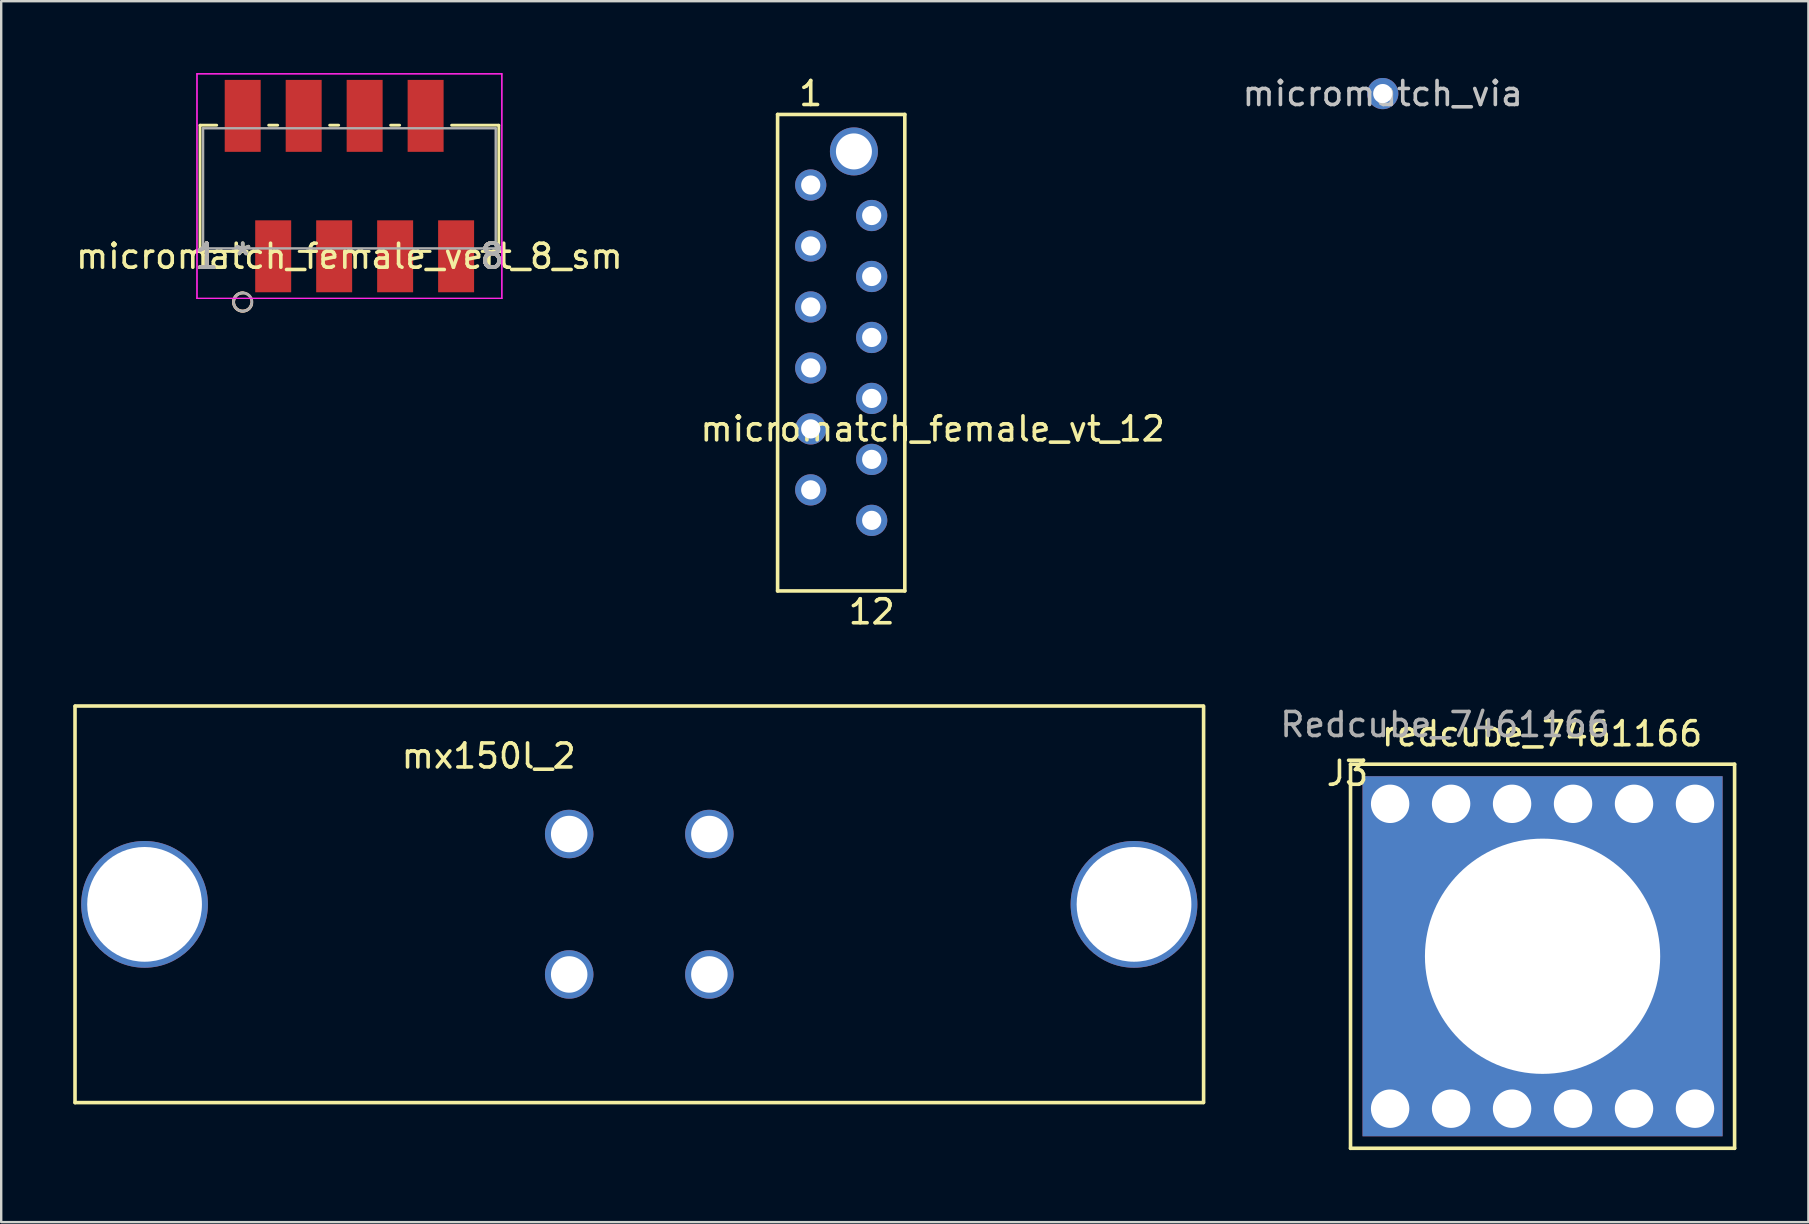
<source format=kicad_pcb>
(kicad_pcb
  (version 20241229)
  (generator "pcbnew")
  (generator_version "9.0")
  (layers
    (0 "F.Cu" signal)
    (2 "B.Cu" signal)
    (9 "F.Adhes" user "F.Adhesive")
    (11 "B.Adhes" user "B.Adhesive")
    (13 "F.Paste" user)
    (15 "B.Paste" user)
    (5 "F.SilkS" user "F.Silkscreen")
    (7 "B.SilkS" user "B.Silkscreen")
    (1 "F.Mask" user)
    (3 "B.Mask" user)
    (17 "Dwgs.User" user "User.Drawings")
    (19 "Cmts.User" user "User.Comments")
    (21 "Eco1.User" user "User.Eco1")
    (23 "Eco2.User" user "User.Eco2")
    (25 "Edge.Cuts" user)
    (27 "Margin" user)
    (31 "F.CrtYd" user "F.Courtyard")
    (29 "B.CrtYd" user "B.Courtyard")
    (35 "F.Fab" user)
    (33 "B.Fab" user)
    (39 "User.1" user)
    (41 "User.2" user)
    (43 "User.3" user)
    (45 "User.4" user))
  (footprint "micromatch_female_vert_8_sm"
    (layer "F.Cu")
    (at 7.061 7.627)
    (property "Reference" "micromatch_female_vert_8_sm" (at 4.445 0 0) (layer "F.SilkS") (effects (font (size 1 1) (thickness 0.15))))
    (attr through_hole)
    (fp_line (start -1.778 -5.461) (end -1.778 -0.203) (stroke (width 0.12) (type solid)) (layer "F.SilkS"))
    (fp_line (start -1.778 -0.203) (end 0.188 -0.203) (stroke (width 0.12) (type solid)) (layer "F.SilkS"))
    (fp_line (start -1.082 -5.461) (end -1.778 -5.461) (stroke (width 0.12) (type solid)) (layer "F.SilkS"))
    (fp_line (start 1.458 -5.461) (end 1.082 -5.461) (stroke (width 0.12) (type solid)) (layer "F.SilkS"))
    (fp_line (start 2.352 -0.203) (end 2.728 -0.203) (stroke (width 0.12) (type solid)) (layer "F.SilkS"))
    (fp_line (start 3.998 -5.461) (end 3.622 -5.461) (stroke (width 0.12) (type solid)) (layer "F.SilkS"))
    (fp_line (start 4.892 -0.203) (end 5.268 -0.203) (stroke (width 0.12) (type solid)) (layer "F.SilkS"))
    (fp_line (start 6.538 -5.461) (end 6.162 -5.461) (stroke (width 0.12) (type solid)) (layer "F.SilkS"))
    (fp_line (start 7.432 -0.203) (end 7.808 -0.203) (stroke (width 0.12) (type solid)) (layer "F.SilkS"))
    (fp_line (start 9.972 -0.203) (end 10.668 -0.203) (stroke (width 0.12) (type solid)) (layer "F.SilkS"))
    (fp_line (start 10.668 -5.461) (end 8.702 -5.461) (stroke (width 0.12) (type solid)) (layer "F.SilkS"))
    (fp_line (start 10.668 -0.203) (end 10.668 -5.461) (stroke (width 0.12) (type solid)) (layer "F.SilkS"))
    (fp_arc (start 0.372066 1.987025) (mid -0.300349 2.139418) (end 0.0108 1.524153) (stroke (width 0.12) (type solid)) (layer "F.SilkS"))
    (fp_circle (center 0 1.905) (end 0.381 1.905) (stroke (width 0.12) (type solid)) (fill no) (layer "B.SilkS"))
    (fp_line (start -1.905 -7.602) (end -1.905 1.753) (stroke (width 0.05) (type solid)) (layer "F.CrtYd"))
    (fp_line (start -1.905 -7.602) (end -1.905 1.753) (stroke (width 0.05) (type solid)) (layer "F.CrtYd"))
    (fp_line (start -1.905 1.753) (end 10.795 1.753) (stroke (width 0.05) (type solid)) (layer "F.CrtYd"))
    (fp_line (start -1.905 1.753) (end 10.795 1.753) (stroke (width 0.05) (type solid)) (layer "F.CrtYd"))
    (fp_line (start 10.795 -7.602) (end -1.905 -7.602) (stroke (width 0.05) (type solid)) (layer "F.CrtYd"))
    (fp_line (start 10.795 -7.602) (end -1.905 -7.602) (stroke (width 0.05) (type solid)) (layer "F.CrtYd"))
    (fp_line (start 10.795 1.753) (end 10.795 -7.602) (stroke (width 0.05) (type solid)) (layer "F.CrtYd"))
    (fp_line (start 10.795 1.753) (end 10.795 -7.602) (stroke (width 0.05) (type solid)) (layer "F.CrtYd"))
    (fp_line (start -1.651 -5.334) (end -1.651 -0.33) (stroke (width 0.1) (type solid)) (layer "F.Fab"))
    (fp_line (start -1.651 -0.33) (end 10.541 -0.33) (stroke (width 0.1) (type solid)) (layer "F.Fab"))
    (fp_line (start 10.541 -5.334) (end -1.651 -5.334) (stroke (width 0.1) (type solid)) (layer "F.Fab"))
    (fp_line (start 10.541 -0.33) (end 10.541 -5.334) (stroke (width 0.1) (type solid)) (layer "F.Fab"))
    (fp_circle (center 0 1.905) (end 0.381 1.905) (stroke (width 0.1) (type solid)) (fill no) (layer "F.Fab"))
    (fp_text user "1" (at -1.499 0 0) (layer "F.SilkS") (effects (font (size 1 1) (thickness 0.15))))
    (fp_text user "1" (at -1.499 0 0) (layer "F.SilkS") (effects (font (size 1 1) (thickness 0.15))))
    (fp_text user "8" (at 10.389 0 0) (layer "F.SilkS") (effects (font (size 1 1) (thickness 0.15))))
    (fp_text user "8" (at 10.389 0 0) (layer "F.SilkS") (effects (font (size 1 1) (thickness 0.15))))
    (fp_text user "*" (at 0 0 0) (layer "F.SilkS") (effects (font (size 1 1) (thickness 0.15))))
    (fp_text user "8" (at 10.389 0 0) (layer "B.SilkS") (effects (font (size 1 1) (thickness 0.15))))
    (fp_text user "1" (at -1.499 0 0) (layer "B.SilkS") (effects (font (size 1 1) (thickness 0.15))))
    (fp_text user "1" (at -1.499 0 0) (layer "B.SilkS") (effects (font (size 1 1) (thickness 0.15))))
    (fp_text user "8" (at 10.389 0 0) (layer "B.SilkS") (effects (font (size 1 1) (thickness 0.15))))
    (fp_text user "Copyright 2021 Accelerated Designs. All rights reserved." (at 0 0 0) (layer "Cmts.User") (effects (font (size 0.127 0.127) (thickness 0.002))))
    (fp_text user "8" (at 10.389 0 0) (layer "F.Fab") (effects (font (size 1 1) (thickness 0.15))))
    (fp_text user "8" (at 10.389 0 0) (layer "F.Fab") (effects (font (size 1 1) (thickness 0.15))))
    (fp_text user "1" (at -1.499 0 0) (layer "F.Fab") (effects (font (size 1 1) (thickness 0.15))))
    (fp_text user "1" (at -1.499 0 0) (layer "F.Fab") (effects (font (size 1 1) (thickness 0.15))))
    (fp_text user "*" (at 0 0 0) (layer "F.Fab") (effects (font (size 1 1) (thickness 0.15))))
    (pad "1" smd rect (at 0 -5.85) (size 1.499 2.997) (layers "F.Cu" "F.Mask" "F.Paste"))
    (pad "2" smd rect (at 1.27 0) (size 1.499 2.997) (layers "F.Cu" "F.Mask" "F.Paste"))
    (pad "3" smd rect (at 2.54 -5.85) (size 1.499 2.997) (layers "F.Cu" "F.Mask" "F.Paste"))
    (pad "4" smd rect (at 3.81 0) (size 1.499 2.997) (layers "F.Cu" "F.Mask" "F.Paste"))
    (pad "5" smd rect (at 5.08 -5.85) (size 1.499 2.997) (layers "F.Cu" "F.Mask" "F.Paste"))
    (pad "6" smd rect (at 6.35 0) (size 1.499 2.997) (layers "F.Cu" "F.Mask" "F.Paste"))
    (pad "7" smd rect (at 7.62 -5.85) (size 1.499 2.997) (layers "F.Cu" "F.Mask" "F.Paste"))
    (pad "8" smd rect (at 8.89 0) (size 1.499 2.997) (layers "F.Cu" "F.Mask" "F.Paste")))
  (footprint "micromatch_female_vt_12"
    (layer "F.Cu")
    (at 30.724 9.738)
    (property "Reference" "micromatch_female_vt_12" (at 5.08 5.08 0) (layer "F.SilkS") (effects (font (size 1 1) (thickness 0.15))))
    (attr through_hole)
    (fp_line (start -1.38 -8.02) (end 3.92 -8.02) (stroke (width 0.15) (type solid)) (layer "F.SilkS"))
    (fp_line (start -1.38 11.83) (end -1.38 -8.02) (stroke (width 0.15) (type solid)) (layer "F.SilkS"))
    (fp_line (start -1.38 11.83) (end 3.92 11.83) (stroke (width 0.15) (type solid)) (layer "F.SilkS"))
    (fp_line (start 3.92 11.83) (end 3.92 -8.02) (stroke (width 0.15) (type solid)) (layer "F.SilkS"))
    (fp_text user "1" (at 0 -8.89 0) (layer "F.SilkS") (effects (font (size 1 1) (thickness 0.15))))
    (fp_text user "12" (at 2.54 12.7 0) (layer "F.SilkS") (effects (font (size 1 1) (thickness 0.15))))
    (pad "1" thru_hole circle (at 0 -5.08) (size 1.3 1.3) (drill 0.8) (layers "*.Cu" "*.Mask"))
    (pad "2" thru_hole circle (at 2.54 -3.81) (size 1.3 1.3) (drill 0.8) (layers "*.Cu" "*.Mask"))
    (pad "3" thru_hole circle (at 0 -2.54) (size 1.3 1.3) (drill 0.8) (layers "*.Cu" "*.Mask"))
    (pad "4" thru_hole circle (at 2.54 -1.27) (size 1.3 1.3) (drill 0.8) (layers "*.Cu" "*.Mask"))
    (pad "5" thru_hole circle (at 0 0) (size 1.3 1.3) (drill 0.8) (layers "*.Cu" "*.Mask"))
    (pad "6" thru_hole circle (at 2.54 1.27) (size 1.3 1.3) (drill 0.8) (layers "*.Cu" "*.Mask"))
    (pad "7" thru_hole circle (at 0 2.54) (size 1.3 1.3) (drill 0.8) (layers "*.Cu" "*.Mask"))
    (pad "8" thru_hole circle (at 2.54 3.81) (size 1.3 1.3) (drill 0.8) (layers "*.Cu" "*.Mask"))
    (pad "9" thru_hole circle (at 0 5.08) (size 1.3 1.3) (drill 0.8) (layers "*.Cu" "*.Mask"))
    (pad "10" thru_hole circle (at 2.54 6.35) (size 1.3 1.3) (drill 0.8) (layers "*.Cu" "*.Mask"))
    (pad "11" thru_hole circle (at 0 7.62) (size 1.3 1.3) (drill 0.8) (layers "*.Cu" "*.Mask"))
    (pad "12" thru_hole circle (at 2.54 8.89) (size 1.3 1.3) (drill 0.8) (layers "*.Cu" "*.Mask"))
    (pad "13" thru_hole circle (at 1.8 -6.48) (size 2 2) (drill 1.5) (layers "*.Cu" "*.Mask")))
  (footprint "mx150l_2"
    (layer "F.Cu")
    (at 20.662 31.695)
    (property "Reference" "mx150l_2" (at -3.353 -3.251 0) (layer "F.SilkS") (effects (font (size 1 1) (thickness 0.15))))
    (attr through_hole)
    (fp_line (start -20.587 -5.321) (end -20.587 11.189) (stroke (width 0.15) (type solid)) (layer "F.SilkS"))
    (fp_line (start -20.58 -5.334) (end 26.42 -5.334) (stroke (width 0.15) (type solid)) (layer "F.SilkS"))
    (fp_line (start -20.58 11.189) (end 26.42 11.189) (stroke (width 0.15) (type solid)) (layer "F.SilkS"))
    (fp_line (start 26.429 11.18) (end 26.429 -5.32) (stroke (width 0.15) (type solid)) (layer "F.SilkS"))
    (pad "1" thru_hole circle (at 0 0) (size 2.02 2.02) (drill 1.52) (layers "*.Cu" "*.Mask"))
    (pad "2" thru_hole circle (at 5.84 0) (size 2.02 2.02) (drill 1.52) (layers "*.Cu" "*.Mask"))
    (pad "3" thru_hole circle (at 5.84 5.85) (size 2.02 2.02) (drill 1.52) (layers "*.Cu" "*.Mask"))
    (pad "4" thru_hole circle (at 0 5.85) (size 2.02 2.02) (drill 1.52) (layers "*.Cu" "*.Mask"))
    (pad "5" thru_hole circle (at 23.53 2.93) (size 5.28 5.28) (drill 4.78) (layers "*.Cu" "*.Mask"))
    (pad "6" thru_hole circle (at -17.69 2.93) (size 5.28 5.28) (drill 4.78) (layers "*.Cu" "*.Mask")))
  (footprint "redcube_7461166"
    (layer "F.Cu")
    (at 61.212 36.787)
    (property "Reference" "redcube_7461166" (at -0.02 -9.27 0) (layer "F.SilkS") (effects (font (size 1 1) (thickness 0.15))))
    (attr through_hole)
    (fp_line (start -8 -8) (end 8 -8) (stroke (width 0.15) (type solid)) (layer "F.SilkS"))
    (fp_line (start -8 8) (end -8 -8) (stroke (width 0.15) (type solid)) (layer "F.SilkS"))
    (fp_line (start 8 -8) (end 8 8) (stroke (width 0.15) (type solid)) (layer "F.SilkS"))
    (fp_line (start 8 8) (end -8 8) (stroke (width 0.15) (type solid)) (layer "F.SilkS"))
    (fp_text user "J3" (at -8.128 -7.62 0) (layer "F.SilkS") (effects (font (size 1 1) (thickness 0.15))))
    (fp_text user "Redcube_7461166" (at -4.064 -9.652 0) (layer "F.Fab") (effects (font (size 1 1) (thickness 0.15))))
    (pad "1" thru_hole circle (at -6.35 -6.35) (size 1.7 1.7) (drill 1.6) (layers "*.Cu" "*.Mask"))
    (pad "1" thru_hole circle (at -6.35 6.35) (size 1.7 1.7) (drill 1.6) (layers "*.Cu" "*.Mask"))
    (pad "1" thru_hole circle (at -3.81 -6.35) (size 1.7 1.7) (drill 1.6) (layers "*.Cu" "*.Mask"))
    (pad "1" thru_hole circle (at -3.81 6.35) (size 1.7 1.7) (drill 1.6) (layers "*.Cu" "*.Mask"))
    (pad "1" thru_hole circle (at -1.27 -6.35) (size 1.7 1.7) (drill 1.6) (layers "*.Cu" "*.Mask"))
    (pad "1" thru_hole circle (at -1.27 6.35) (size 1.7 1.7) (drill 1.6) (layers "*.Cu" "*.Mask"))
    (pad "1" thru_hole rect (at 0 0) (size 15 15) (drill 9.8) (layers "*.Cu" "*.Mask"))
    (pad "1" thru_hole circle (at 1.27 -6.35) (size 1.7 1.7) (drill 1.6) (layers "*.Cu" "*.Mask"))
    (pad "1" thru_hole circle (at 1.27 6.35) (size 1.7 1.7) (drill 1.6) (layers "*.Cu" "*.Mask"))
    (pad "1" thru_hole circle (at 3.81 -6.35) (size 1.7 1.7) (drill 1.6) (layers "*.Cu" "*.Mask"))
    (pad "1" thru_hole circle (at 3.81 6.35) (size 1.7 1.7) (drill 1.6) (layers "*.Cu" "*.Mask"))
    (pad "1" thru_hole circle (at 6.35 -6.35) (size 1.7 1.7) (drill 1.6) (layers "*.Cu" "*.Mask"))
    (pad "1" thru_hole circle (at 6.35 6.35) (size 1.7 1.7) (drill 1.6) (layers "*.Cu" "*.Mask")))
  (footprint "micromatch_via"
    (layer "F.Cu")
    (at 54.554 0.848)
    (property "Reference" "micromatch_via" (at 0 0 0) (layer "Dwgs.User") (effects (font (size 1 1) (thickness 0.15))))
    (attr through_hole)
    (pad "" thru_hole circle (at 0 0) (size 1.3 1.3) (drill 0.8) (layers "*.Cu" "*.Mask")))
  (gr_rect
    (start -3 -3)
    (end 72.287 47.862)
    (stroke (width 0.1) (type default))
    (fill no)
    (layer "Edge.Cuts")))
</source>
